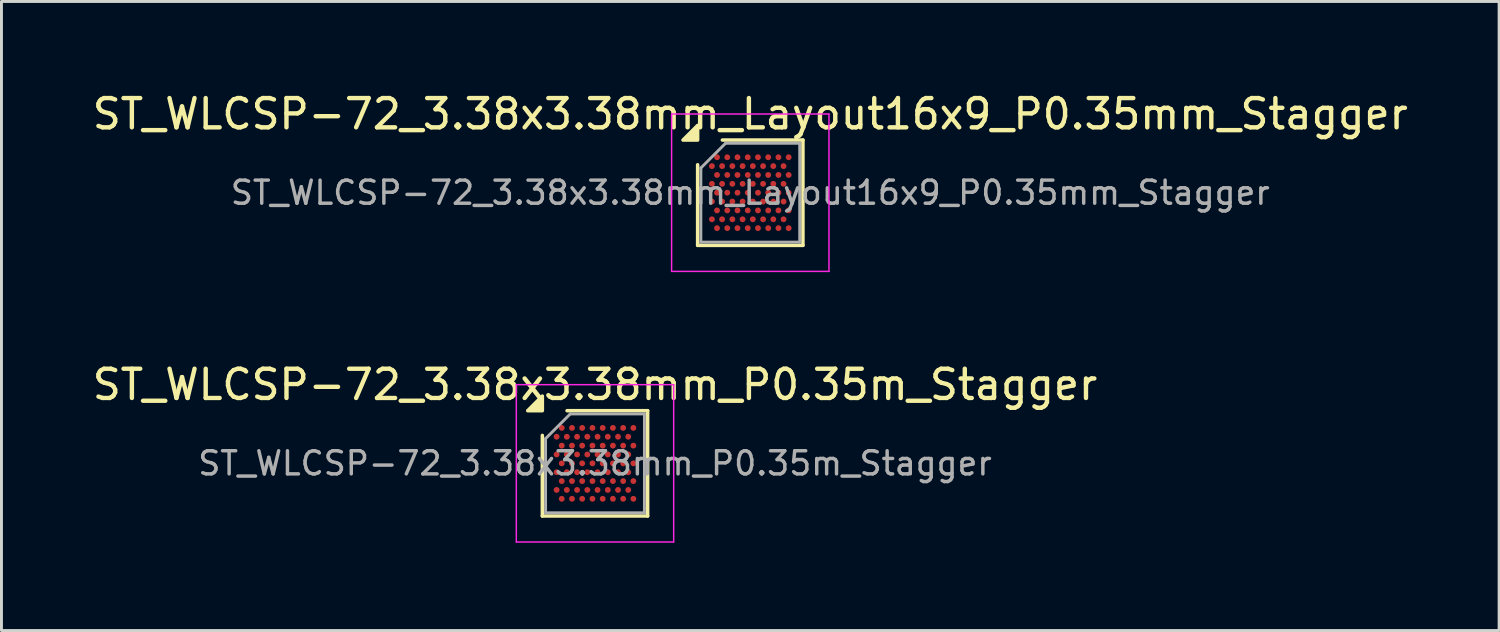
<source format=kicad_pcb>
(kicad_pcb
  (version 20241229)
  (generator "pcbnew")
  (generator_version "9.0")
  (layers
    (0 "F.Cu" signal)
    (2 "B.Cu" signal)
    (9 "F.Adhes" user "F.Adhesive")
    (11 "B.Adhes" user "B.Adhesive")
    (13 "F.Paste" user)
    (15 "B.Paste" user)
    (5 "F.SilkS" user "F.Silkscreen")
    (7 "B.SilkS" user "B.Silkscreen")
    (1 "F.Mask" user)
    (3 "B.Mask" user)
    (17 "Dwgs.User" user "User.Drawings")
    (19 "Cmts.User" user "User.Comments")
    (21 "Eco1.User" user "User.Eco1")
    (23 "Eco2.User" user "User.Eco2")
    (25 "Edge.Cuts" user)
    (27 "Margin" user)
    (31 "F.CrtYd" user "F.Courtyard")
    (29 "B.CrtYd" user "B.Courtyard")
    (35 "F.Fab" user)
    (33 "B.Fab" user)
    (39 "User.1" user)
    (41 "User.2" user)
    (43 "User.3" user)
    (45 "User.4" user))
  (footprint "ST_WLCSP-72_3.38x3.38mm_P0.35m_Stagger"
    (layer "F.Cu")
    (at 17.292 12.791)
    (property "Reference" "ST_WLCSP-72_3.38x3.38mm_P0.35m_Stagger" (at 0 -2.69 0) (layer "F.SilkS") (effects (font (size 1 1) (thickness 0.15))))
    (attr smd)
    (fp_line (start -1.8 1.8) (end -1.8 -0.955) (stroke (width 0.12) (type solid)) (layer "F.SilkS"))
    (fp_line (start -0.955 -1.8) (end 1.8 -1.8) (stroke (width 0.12) (type solid)) (layer "F.SilkS"))
    (fp_line (start 1.8 -1.8) (end 1.8 1.8) (stroke (width 0.12) (type solid)) (layer "F.SilkS"))
    (fp_line (start 1.8 1.8) (end -1.8 1.8) (stroke (width 0.12) (type solid)) (layer "F.SilkS"))
    (fp_poly (pts (xy -1.8 -1.8) (xy -2.3 -1.8) (xy -1.8 -2.3) (xy -1.8 -1.8)) (stroke (width 0.12) (type solid)) (fill yes) (layer "F.SilkS"))
    (fp_line (start -2.69 -2.69) (end -2.69 2.69) (stroke (width 0.05) (type solid)) (layer "F.CrtYd"))
    (fp_line (start -2.69 2.69) (end 2.69 2.69) (stroke (width 0.05) (type solid)) (layer "F.CrtYd"))
    (fp_line (start 2.69 -2.69) (end -2.69 -2.69) (stroke (width 0.05) (type solid)) (layer "F.CrtYd"))
    (fp_line (start 2.69 2.69) (end 2.69 -2.69) (stroke (width 0.05) (type solid)) (layer "F.CrtYd"))
    (fp_line (start -1.69 -0.845) (end -0.845 -1.69) (stroke (width 0.1) (type solid)) (layer "F.Fab"))
    (fp_line (start -1.69 1.69) (end -1.69 -0.845) (stroke (width 0.1) (type solid)) (layer "F.Fab"))
    (fp_line (start -0.845 -1.69) (end 1.69 -1.69) (stroke (width 0.1) (type solid)) (layer "F.Fab"))
    (fp_line (start 1.69 -1.69) (end 1.69 1.69) (stroke (width 0.1) (type solid)) (layer "F.Fab"))
    (fp_line (start 1.69 1.69) (end -1.69 1.69) (stroke (width 0.1) (type solid)) (layer "F.Fab"))
    (fp_text user "${REFERENCE}" (at 0 0 0) (layer "F.Fab") (effects (font (size 0.79 0.79) (thickness 0.118))))
    (pad "A2" smd circle (at -1.137 -1.212) (size 0.2 0.2) (property pad_prop_bga) (layers "F.Cu" "F.Mask" "F.Paste"))
    (pad "A4" smd circle (at -0.787 -1.212) (size 0.2 0.2) (property pad_prop_bga) (layers "F.Cu" "F.Mask" "F.Paste"))
    (pad "A6" smd circle (at -0.438 -1.212) (size 0.2 0.2) (property pad_prop_bga) (layers "F.Cu" "F.Mask" "F.Paste"))
    (pad "A8" smd circle (at -0.087 -1.212) (size 0.2 0.2) (property pad_prop_bga) (layers "F.Cu" "F.Mask" "F.Paste"))
    (pad "A10" smd circle (at 0.263 -1.212) (size 0.2 0.2) (property pad_prop_bga) (layers "F.Cu" "F.Mask" "F.Paste"))
    (pad "A12" smd circle (at 0.613 -1.212) (size 0.2 0.2) (property pad_prop_bga) (layers "F.Cu" "F.Mask" "F.Paste"))
    (pad "A14" smd circle (at 0.963 -1.212) (size 0.2 0.2) (property pad_prop_bga) (layers "F.Cu" "F.Mask" "F.Paste"))
    (pad "A16" smd circle (at 1.312 -1.212) (size 0.2 0.2) (property pad_prop_bga) (layers "F.Cu" "F.Mask" "F.Paste"))
    (pad "B1" smd circle (at -1.312 -0.909) (size 0.2 0.2) (property pad_prop_bga) (layers "F.Cu" "F.Mask" "F.Paste"))
    (pad "B3" smd circle (at -0.963 -0.909) (size 0.2 0.2) (property pad_prop_bga) (layers "F.Cu" "F.Mask" "F.Paste"))
    (pad "B5" smd circle (at -0.613 -0.909) (size 0.2 0.2) (property pad_prop_bga) (layers "F.Cu" "F.Mask" "F.Paste"))
    (pad "B7" smd circle (at -0.263 -0.909) (size 0.2 0.2) (property pad_prop_bga) (layers "F.Cu" "F.Mask" "F.Paste"))
    (pad "B9" smd circle (at 0.087 -0.909) (size 0.2 0.2) (property pad_prop_bga) (layers "F.Cu" "F.Mask" "F.Paste"))
    (pad "B11" smd circle (at 0.438 -0.909) (size 0.2 0.2) (property pad_prop_bga) (layers "F.Cu" "F.Mask" "F.Paste"))
    (pad "B13" smd circle (at 0.787 -0.909) (size 0.2 0.2) (property pad_prop_bga) (layers "F.Cu" "F.Mask" "F.Paste"))
    (pad "B15" smd circle (at 1.137 -0.909) (size 0.2 0.2) (property pad_prop_bga) (layers "F.Cu" "F.Mask" "F.Paste"))
    (pad "C2" smd circle (at -1.137 -0.606) (size 0.2 0.2) (property pad_prop_bga) (layers "F.Cu" "F.Mask" "F.Paste"))
    (pad "C4" smd circle (at -0.787 -0.606) (size 0.2 0.2) (property pad_prop_bga) (layers "F.Cu" "F.Mask" "F.Paste"))
    (pad "C6" smd circle (at -0.438 -0.606) (size 0.2 0.2) (property pad_prop_bga) (layers "F.Cu" "F.Mask" "F.Paste"))
    (pad "C8" smd circle (at -0.087 -0.606) (size 0.2 0.2) (property pad_prop_bga) (layers "F.Cu" "F.Mask" "F.Paste"))
    (pad "C10" smd circle (at 0.263 -0.606) (size 0.2 0.2) (property pad_prop_bga) (layers "F.Cu" "F.Mask" "F.Paste"))
    (pad "C12" smd circle (at 0.613 -0.606) (size 0.2 0.2) (property pad_prop_bga) (layers "F.Cu" "F.Mask" "F.Paste"))
    (pad "C14" smd circle (at 0.963 -0.606) (size 0.2 0.2) (property pad_prop_bga) (layers "F.Cu" "F.Mask" "F.Paste"))
    (pad "C16" smd circle (at 1.312 -0.606) (size 0.2 0.2) (property pad_prop_bga) (layers "F.Cu" "F.Mask" "F.Paste"))
    (pad "D1" smd circle (at -1.312 -0.303) (size 0.2 0.2) (property pad_prop_bga) (layers "F.Cu" "F.Mask" "F.Paste"))
    (pad "D3" smd circle (at -0.963 -0.303) (size 0.2 0.2) (property pad_prop_bga) (layers "F.Cu" "F.Mask" "F.Paste"))
    (pad "D5" smd circle (at -0.613 -0.303) (size 0.2 0.2) (property pad_prop_bga) (layers "F.Cu" "F.Mask" "F.Paste"))
    (pad "D7" smd circle (at -0.263 -0.303) (size 0.2 0.2) (property pad_prop_bga) (layers "F.Cu" "F.Mask" "F.Paste"))
    (pad "D9" smd circle (at 0.087 -0.303) (size 0.2 0.2) (property pad_prop_bga) (layers "F.Cu" "F.Mask" "F.Paste"))
    (pad "D11" smd circle (at 0.438 -0.303) (size 0.2 0.2) (property pad_prop_bga) (layers "F.Cu" "F.Mask" "F.Paste"))
    (pad "D13" smd circle (at 0.787 -0.303) (size 0.2 0.2) (property pad_prop_bga) (layers "F.Cu" "F.Mask" "F.Paste"))
    (pad "D15" smd circle (at 1.137 -0.303) (size 0.2 0.2) (property pad_prop_bga) (layers "F.Cu" "F.Mask" "F.Paste"))
    (pad "E2" smd circle (at -1.137 0) (size 0.2 0.2) (property pad_prop_bga) (layers "F.Cu" "F.Mask" "F.Paste"))
    (pad "E4" smd circle (at -0.787 0) (size 0.2 0.2) (property pad_prop_bga) (layers "F.Cu" "F.Mask" "F.Paste"))
    (pad "E6" smd circle (at -0.438 0) (size 0.2 0.2) (property pad_prop_bga) (layers "F.Cu" "F.Mask" "F.Paste"))
    (pad "E8" smd circle (at -0.087 0) (size 0.2 0.2) (property pad_prop_bga) (layers "F.Cu" "F.Mask" "F.Paste"))
    (pad "E10" smd circle (at 0.263 0) (size 0.2 0.2) (property pad_prop_bga) (layers "F.Cu" "F.Mask" "F.Paste"))
    (pad "E12" smd circle (at 0.613 0) (size 0.2 0.2) (property pad_prop_bga) (layers "F.Cu" "F.Mask" "F.Paste"))
    (pad "E14" smd circle (at 0.963 0) (size 0.2 0.2) (property pad_prop_bga) (layers "F.Cu" "F.Mask" "F.Paste"))
    (pad "E16" smd circle (at 1.312 0) (size 0.2 0.2) (property pad_prop_bga) (layers "F.Cu" "F.Mask" "F.Paste"))
    (pad "F1" smd circle (at -1.312 0.303) (size 0.2 0.2) (property pad_prop_bga) (layers "F.Cu" "F.Mask" "F.Paste"))
    (pad "F3" smd circle (at -0.963 0.303) (size 0.2 0.2) (property pad_prop_bga) (layers "F.Cu" "F.Mask" "F.Paste"))
    (pad "F5" smd circle (at -0.613 0.303) (size 0.2 0.2) (property pad_prop_bga) (layers "F.Cu" "F.Mask" "F.Paste"))
    (pad "F7" smd circle (at -0.263 0.303) (size 0.2 0.2) (property pad_prop_bga) (layers "F.Cu" "F.Mask" "F.Paste"))
    (pad "F9" smd circle (at 0.087 0.303) (size 0.2 0.2) (property pad_prop_bga) (layers "F.Cu" "F.Mask" "F.Paste"))
    (pad "F11" smd circle (at 0.438 0.303) (size 0.2 0.2) (property pad_prop_bga) (layers "F.Cu" "F.Mask" "F.Paste"))
    (pad "F13" smd circle (at 0.787 0.303) (size 0.2 0.2) (property pad_prop_bga) (layers "F.Cu" "F.Mask" "F.Paste"))
    (pad "F15" smd circle (at 1.137 0.303) (size 0.2 0.2) (property pad_prop_bga) (layers "F.Cu" "F.Mask" "F.Paste"))
    (pad "G2" smd circle (at -1.137 0.606) (size 0.2 0.2) (property pad_prop_bga) (layers "F.Cu" "F.Mask" "F.Paste"))
    (pad "G4" smd circle (at -0.787 0.606) (size 0.2 0.2) (property pad_prop_bga) (layers "F.Cu" "F.Mask" "F.Paste"))
    (pad "G6" smd circle (at -0.438 0.606) (size 0.2 0.2) (property pad_prop_bga) (layers "F.Cu" "F.Mask" "F.Paste"))
    (pad "G8" smd circle (at -0.087 0.606) (size 0.2 0.2) (property pad_prop_bga) (layers "F.Cu" "F.Mask" "F.Paste"))
    (pad "G10" smd circle (at 0.263 0.606) (size 0.2 0.2) (property pad_prop_bga) (layers "F.Cu" "F.Mask" "F.Paste"))
    (pad "G12" smd circle (at 0.613 0.606) (size 0.2 0.2) (property pad_prop_bga) (layers "F.Cu" "F.Mask" "F.Paste"))
    (pad "G14" smd circle (at 0.963 0.606) (size 0.2 0.2) (property pad_prop_bga) (layers "F.Cu" "F.Mask" "F.Paste"))
    (pad "G16" smd circle (at 1.312 0.606) (size 0.2 0.2) (property pad_prop_bga) (layers "F.Cu" "F.Mask" "F.Paste"))
    (pad "H1" smd circle (at -1.312 0.909) (size 0.2 0.2) (property pad_prop_bga) (layers "F.Cu" "F.Mask" "F.Paste"))
    (pad "H3" smd circle (at -0.963 0.909) (size 0.2 0.2) (property pad_prop_bga) (layers "F.Cu" "F.Mask" "F.Paste"))
    (pad "H5" smd circle (at -0.613 0.909) (size 0.2 0.2) (property pad_prop_bga) (layers "F.Cu" "F.Mask" "F.Paste"))
    (pad "H7" smd circle (at -0.263 0.909) (size 0.2 0.2) (property pad_prop_bga) (layers "F.Cu" "F.Mask" "F.Paste"))
    (pad "H9" smd circle (at 0.087 0.909) (size 0.2 0.2) (property pad_prop_bga) (layers "F.Cu" "F.Mask" "F.Paste"))
    (pad "H11" smd circle (at 0.438 0.909) (size 0.2 0.2) (property pad_prop_bga) (layers "F.Cu" "F.Mask" "F.Paste"))
    (pad "H13" smd circle (at 0.787 0.909) (size 0.2 0.2) (property pad_prop_bga) (layers "F.Cu" "F.Mask" "F.Paste"))
    (pad "H15" smd circle (at 1.137 0.909) (size 0.2 0.2) (property pad_prop_bga) (layers "F.Cu" "F.Mask" "F.Paste"))
    (pad "J2" smd circle (at -1.137 1.212) (size 0.2 0.2) (property pad_prop_bga) (layers "F.Cu" "F.Mask" "F.Paste"))
    (pad "J4" smd circle (at -0.787 1.212) (size 0.2 0.2) (property pad_prop_bga) (layers "F.Cu" "F.Mask" "F.Paste"))
    (pad "J6" smd circle (at -0.438 1.212) (size 0.2 0.2) (property pad_prop_bga) (layers "F.Cu" "F.Mask" "F.Paste"))
    (pad "J8" smd circle (at -0.087 1.212) (size 0.2 0.2) (property pad_prop_bga) (layers "F.Cu" "F.Mask" "F.Paste"))
    (pad "J10" smd circle (at 0.263 1.212) (size 0.2 0.2) (property pad_prop_bga) (layers "F.Cu" "F.Mask" "F.Paste"))
    (pad "J12" smd circle (at 0.613 1.212) (size 0.2 0.2) (property pad_prop_bga) (layers "F.Cu" "F.Mask" "F.Paste"))
    (pad "J14" smd circle (at 0.963 1.212) (size 0.2 0.2) (property pad_prop_bga) (layers "F.Cu" "F.Mask" "F.Paste"))
    (pad "J16" smd circle (at 1.312 1.212) (size 0.2 0.2) (property pad_prop_bga) (layers "F.Cu" "F.Mask" "F.Paste")))
  (footprint "ST_WLCSP-72_3.38x3.38mm_Layout16x9_P0.35mm_Stagger"
    (layer "F.Cu")
    (at 22.601 3.538)
    (property "Reference" "ST_WLCSP-72_3.38x3.38mm_Layout16x9_P0.35mm_Stagger" (at 0 -2.69 0) (layer "F.SilkS") (effects (font (size 1 1) (thickness 0.15))))
    (attr smd)
    (fp_line (start -1.8 1.8) (end -1.8 -0.955) (stroke (width 0.12) (type solid)) (layer "F.SilkS"))
    (fp_line (start -0.955 -1.8) (end 1.8 -1.8) (stroke (width 0.12) (type solid)) (layer "F.SilkS"))
    (fp_line (start 1.8 -1.8) (end 1.8 1.8) (stroke (width 0.12) (type solid)) (layer "F.SilkS"))
    (fp_line (start 1.8 1.8) (end -1.8 1.8) (stroke (width 0.12) (type solid)) (layer "F.SilkS"))
    (fp_poly (pts (xy -1.8 -1.8) (xy -2.3 -1.8) (xy -1.8 -2.3)) (stroke (width 0.12) (type solid)) (fill yes) (layer "F.SilkS"))
    (fp_line (start -2.69 -2.69) (end -2.69 2.69) (stroke (width 0.05) (type solid)) (layer "F.CrtYd"))
    (fp_line (start -2.69 2.69) (end 2.69 2.69) (stroke (width 0.05) (type solid)) (layer "F.CrtYd"))
    (fp_line (start 2.69 -2.69) (end -2.69 -2.69) (stroke (width 0.05) (type solid)) (layer "F.CrtYd"))
    (fp_line (start 2.69 2.69) (end 2.69 -2.69) (stroke (width 0.05) (type solid)) (layer "F.CrtYd"))
    (fp_line (start -1.69 -0.845) (end -0.845 -1.69) (stroke (width 0.1) (type solid)) (layer "F.Fab"))
    (fp_line (start -1.69 1.69) (end -1.69 -0.845) (stroke (width 0.1) (type solid)) (layer "F.Fab"))
    (fp_line (start -0.845 -1.69) (end 1.69 -1.69) (stroke (width 0.1) (type solid)) (layer "F.Fab"))
    (fp_line (start 1.69 -1.69) (end 1.69 1.69) (stroke (width 0.1) (type solid)) (layer "F.Fab"))
    (fp_line (start 1.69 1.69) (end -1.69 1.69) (stroke (width 0.1) (type solid)) (layer "F.Fab"))
    (fp_text user "${REFERENCE}" (at 0 0 0) (layer "F.Fab") (effects (font (size 0.79 0.79) (thickness 0.118))))
    (pad "A2" smd circle (at -1.137 -1.212) (size 0.2 0.2) (property pad_prop_bga) (layers "F.Cu" "F.Mask" "F.Paste"))
    (pad "A4" smd circle (at -0.787 -1.212) (size 0.2 0.2) (property pad_prop_bga) (layers "F.Cu" "F.Mask" "F.Paste"))
    (pad "A6" smd circle (at -0.438 -1.212) (size 0.2 0.2) (property pad_prop_bga) (layers "F.Cu" "F.Mask" "F.Paste"))
    (pad "A8" smd circle (at -0.087 -1.212) (size 0.2 0.2) (property pad_prop_bga) (layers "F.Cu" "F.Mask" "F.Paste"))
    (pad "A10" smd circle (at 0.263 -1.212) (size 0.2 0.2) (property pad_prop_bga) (layers "F.Cu" "F.Mask" "F.Paste"))
    (pad "A12" smd circle (at 0.613 -1.212) (size 0.2 0.2) (property pad_prop_bga) (layers "F.Cu" "F.Mask" "F.Paste"))
    (pad "A14" smd circle (at 0.963 -1.212) (size 0.2 0.2) (property pad_prop_bga) (layers "F.Cu" "F.Mask" "F.Paste"))
    (pad "A16" smd circle (at 1.312 -1.212) (size 0.2 0.2) (property pad_prop_bga) (layers "F.Cu" "F.Mask" "F.Paste"))
    (pad "B1" smd circle (at -1.312 -0.909) (size 0.2 0.2) (property pad_prop_bga) (layers "F.Cu" "F.Mask" "F.Paste"))
    (pad "B3" smd circle (at -0.963 -0.909) (size 0.2 0.2) (property pad_prop_bga) (layers "F.Cu" "F.Mask" "F.Paste"))
    (pad "B5" smd circle (at -0.613 -0.909) (size 0.2 0.2) (property pad_prop_bga) (layers "F.Cu" "F.Mask" "F.Paste"))
    (pad "B7" smd circle (at -0.263 -0.909) (size 0.2 0.2) (property pad_prop_bga) (layers "F.Cu" "F.Mask" "F.Paste"))
    (pad "B9" smd circle (at 0.087 -0.909) (size 0.2 0.2) (property pad_prop_bga) (layers "F.Cu" "F.Mask" "F.Paste"))
    (pad "B11" smd circle (at 0.438 -0.909) (size 0.2 0.2) (property pad_prop_bga) (layers "F.Cu" "F.Mask" "F.Paste"))
    (pad "B13" smd circle (at 0.787 -0.909) (size 0.2 0.2) (property pad_prop_bga) (layers "F.Cu" "F.Mask" "F.Paste"))
    (pad "B15" smd circle (at 1.137 -0.909) (size 0.2 0.2) (property pad_prop_bga) (layers "F.Cu" "F.Mask" "F.Paste"))
    (pad "C2" smd circle (at -1.137 -0.606) (size 0.2 0.2) (property pad_prop_bga) (layers "F.Cu" "F.Mask" "F.Paste"))
    (pad "C4" smd circle (at -0.787 -0.606) (size 0.2 0.2) (property pad_prop_bga) (layers "F.Cu" "F.Mask" "F.Paste"))
    (pad "C6" smd circle (at -0.438 -0.606) (size 0.2 0.2) (property pad_prop_bga) (layers "F.Cu" "F.Mask" "F.Paste"))
    (pad "C8" smd circle (at -0.087 -0.606) (size 0.2 0.2) (property pad_prop_bga) (layers "F.Cu" "F.Mask" "F.Paste"))
    (pad "C10" smd circle (at 0.263 -0.606) (size 0.2 0.2) (property pad_prop_bga) (layers "F.Cu" "F.Mask" "F.Paste"))
    (pad "C12" smd circle (at 0.613 -0.606) (size 0.2 0.2) (property pad_prop_bga) (layers "F.Cu" "F.Mask" "F.Paste"))
    (pad "C14" smd circle (at 0.963 -0.606) (size 0.2 0.2) (property pad_prop_bga) (layers "F.Cu" "F.Mask" "F.Paste"))
    (pad "C16" smd circle (at 1.312 -0.606) (size 0.2 0.2) (property pad_prop_bga) (layers "F.Cu" "F.Mask" "F.Paste"))
    (pad "D1" smd circle (at -1.312 -0.303) (size 0.2 0.2) (property pad_prop_bga) (layers "F.Cu" "F.Mask" "F.Paste"))
    (pad "D3" smd circle (at -0.963 -0.303) (size 0.2 0.2) (property pad_prop_bga) (layers "F.Cu" "F.Mask" "F.Paste"))
    (pad "D5" smd circle (at -0.613 -0.303) (size 0.2 0.2) (property pad_prop_bga) (layers "F.Cu" "F.Mask" "F.Paste"))
    (pad "D7" smd circle (at -0.263 -0.303) (size 0.2 0.2) (property pad_prop_bga) (layers "F.Cu" "F.Mask" "F.Paste"))
    (pad "D9" smd circle (at 0.087 -0.303) (size 0.2 0.2) (property pad_prop_bga) (layers "F.Cu" "F.Mask" "F.Paste"))
    (pad "D11" smd circle (at 0.438 -0.303) (size 0.2 0.2) (property pad_prop_bga) (layers "F.Cu" "F.Mask" "F.Paste"))
    (pad "D13" smd circle (at 0.787 -0.303) (size 0.2 0.2) (property pad_prop_bga) (layers "F.Cu" "F.Mask" "F.Paste"))
    (pad "D15" smd circle (at 1.137 -0.303) (size 0.2 0.2) (property pad_prop_bga) (layers "F.Cu" "F.Mask" "F.Paste"))
    (pad "E2" smd circle (at -1.137 0) (size 0.2 0.2) (property pad_prop_bga) (layers "F.Cu" "F.Mask" "F.Paste"))
    (pad "E4" smd circle (at -0.787 0) (size 0.2 0.2) (property pad_prop_bga) (layers "F.Cu" "F.Mask" "F.Paste"))
    (pad "E6" smd circle (at -0.438 0) (size 0.2 0.2) (property pad_prop_bga) (layers "F.Cu" "F.Mask" "F.Paste"))
    (pad "E8" smd circle (at -0.087 0) (size 0.2 0.2) (property pad_prop_bga) (layers "F.Cu" "F.Mask" "F.Paste"))
    (pad "E10" smd circle (at 0.263 0) (size 0.2 0.2) (property pad_prop_bga) (layers "F.Cu" "F.Mask" "F.Paste"))
    (pad "E12" smd circle (at 0.613 0) (size 0.2 0.2) (property pad_prop_bga) (layers "F.Cu" "F.Mask" "F.Paste"))
    (pad "E14" smd circle (at 0.963 0) (size 0.2 0.2) (property pad_prop_bga) (layers "F.Cu" "F.Mask" "F.Paste"))
    (pad "E16" smd circle (at 1.312 0) (size 0.2 0.2) (property pad_prop_bga) (layers "F.Cu" "F.Mask" "F.Paste"))
    (pad "F1" smd circle (at -1.312 0.303) (size 0.2 0.2) (property pad_prop_bga) (layers "F.Cu" "F.Mask" "F.Paste"))
    (pad "F3" smd circle (at -0.963 0.303) (size 0.2 0.2) (property pad_prop_bga) (layers "F.Cu" "F.Mask" "F.Paste"))
    (pad "F5" smd circle (at -0.613 0.303) (size 0.2 0.2) (property pad_prop_bga) (layers "F.Cu" "F.Mask" "F.Paste"))
    (pad "F7" smd circle (at -0.263 0.303) (size 0.2 0.2) (property pad_prop_bga) (layers "F.Cu" "F.Mask" "F.Paste"))
    (pad "F9" smd circle (at 0.087 0.303) (size 0.2 0.2) (property pad_prop_bga) (layers "F.Cu" "F.Mask" "F.Paste"))
    (pad "F11" smd circle (at 0.438 0.303) (size 0.2 0.2) (property pad_prop_bga) (layers "F.Cu" "F.Mask" "F.Paste"))
    (pad "F13" smd circle (at 0.787 0.303) (size 0.2 0.2) (property pad_prop_bga) (layers "F.Cu" "F.Mask" "F.Paste"))
    (pad "F15" smd circle (at 1.137 0.303) (size 0.2 0.2) (property pad_prop_bga) (layers "F.Cu" "F.Mask" "F.Paste"))
    (pad "G2" smd circle (at -1.137 0.606) (size 0.2 0.2) (property pad_prop_bga) (layers "F.Cu" "F.Mask" "F.Paste"))
    (pad "G4" smd circle (at -0.787 0.606) (size 0.2 0.2) (property pad_prop_bga) (layers "F.Cu" "F.Mask" "F.Paste"))
    (pad "G6" smd circle (at -0.438 0.606) (size 0.2 0.2) (property pad_prop_bga) (layers "F.Cu" "F.Mask" "F.Paste"))
    (pad "G8" smd circle (at -0.087 0.606) (size 0.2 0.2) (property pad_prop_bga) (layers "F.Cu" "F.Mask" "F.Paste"))
    (pad "G10" smd circle (at 0.263 0.606) (size 0.2 0.2) (property pad_prop_bga) (layers "F.Cu" "F.Mask" "F.Paste"))
    (pad "G12" smd circle (at 0.613 0.606) (size 0.2 0.2) (property pad_prop_bga) (layers "F.Cu" "F.Mask" "F.Paste"))
    (pad "G14" smd circle (at 0.963 0.606) (size 0.2 0.2) (property pad_prop_bga) (layers "F.Cu" "F.Mask" "F.Paste"))
    (pad "G16" smd circle (at 1.312 0.606) (size 0.2 0.2) (property pad_prop_bga) (layers "F.Cu" "F.Mask" "F.Paste"))
    (pad "H1" smd circle (at -1.312 0.909) (size 0.2 0.2) (property pad_prop_bga) (layers "F.Cu" "F.Mask" "F.Paste"))
    (pad "H3" smd circle (at -0.963 0.909) (size 0.2 0.2) (property pad_prop_bga) (layers "F.Cu" "F.Mask" "F.Paste"))
    (pad "H5" smd circle (at -0.613 0.909) (size 0.2 0.2) (property pad_prop_bga) (layers "F.Cu" "F.Mask" "F.Paste"))
    (pad "H7" smd circle (at -0.263 0.909) (size 0.2 0.2) (property pad_prop_bga) (layers "F.Cu" "F.Mask" "F.Paste"))
    (pad "H9" smd circle (at 0.087 0.909) (size 0.2 0.2) (property pad_prop_bga) (layers "F.Cu" "F.Mask" "F.Paste"))
    (pad "H11" smd circle (at 0.438 0.909) (size 0.2 0.2) (property pad_prop_bga) (layers "F.Cu" "F.Mask" "F.Paste"))
    (pad "H13" smd circle (at 0.787 0.909) (size 0.2 0.2) (property pad_prop_bga) (layers "F.Cu" "F.Mask" "F.Paste"))
    (pad "H15" smd circle (at 1.137 0.909) (size 0.2 0.2) (property pad_prop_bga) (layers "F.Cu" "F.Mask" "F.Paste"))
    (pad "J2" smd circle (at -1.137 1.212) (size 0.2 0.2) (property pad_prop_bga) (layers "F.Cu" "F.Mask" "F.Paste"))
    (pad "J4" smd circle (at -0.787 1.212) (size 0.2 0.2) (property pad_prop_bga) (layers "F.Cu" "F.Mask" "F.Paste"))
    (pad "J6" smd circle (at -0.438 1.212) (size 0.2 0.2) (property pad_prop_bga) (layers "F.Cu" "F.Mask" "F.Paste"))
    (pad "J8" smd circle (at -0.087 1.212) (size 0.2 0.2) (property pad_prop_bga) (layers "F.Cu" "F.Mask" "F.Paste"))
    (pad "J10" smd circle (at 0.263 1.212) (size 0.2 0.2) (property pad_prop_bga) (layers "F.Cu" "F.Mask" "F.Paste"))
    (pad "J12" smd circle (at 0.613 1.212) (size 0.2 0.2) (property pad_prop_bga) (layers "F.Cu" "F.Mask" "F.Paste"))
    (pad "J14" smd circle (at 0.963 1.212) (size 0.2 0.2) (property pad_prop_bga) (layers "F.Cu" "F.Mask" "F.Paste"))
    (pad "J16" smd circle (at 1.312 1.212) (size 0.2 0.2) (property pad_prop_bga) (layers "F.Cu" "F.Mask" "F.Paste")))
  (gr_rect
    (start -3 -3)
    (end 48.202 18.506)
    (stroke (width 0.1) (type default))
    (fill no)
    (layer "Edge.Cuts")))
</source>
